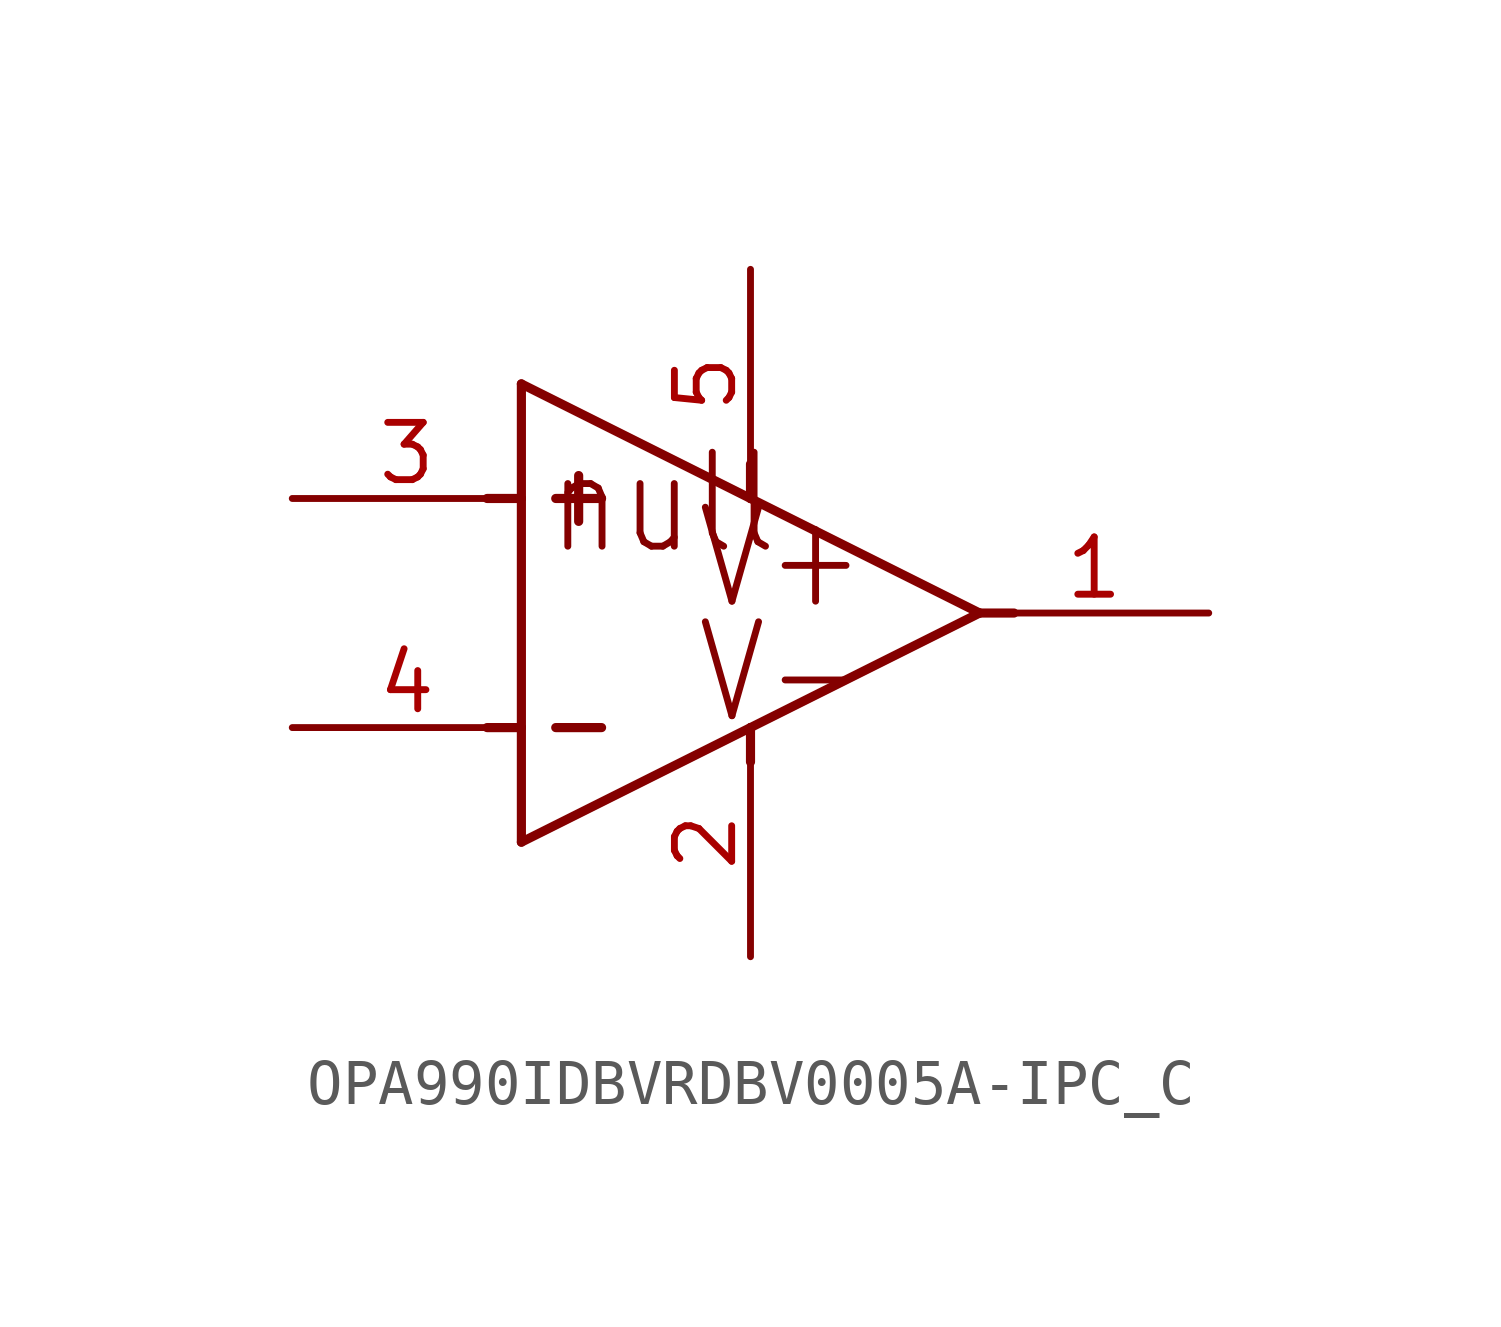
<source format=kicad_sym>
(kicad_symbol_lib
  (version 20231120)
  (generator "kicad_symbol_editor")
  (generator_version "8.0")
  (symbol "OPA990IDBVRDBV0005A-IPC_C"
    (property "Reference" "U"
      (at -4.724 1.499 0)
      (effects (font (size 2.083 1.77)) (justify left bottom) (hide yes)))
    (property "ki_locked" ""
      (at 0 0 0)
      (effects (font (size 1.27 1.27))))
    (symbol "OPA990IDBVRDBV0005A-IPC_C_1_0"
      (polyline (pts (xy 5.08 -7.62) (xy 5.08 -5.08)) (stroke (width 0.203) (type solid)) (fill (type none)))
      (polyline (pts (xy 5.08 -7.62) (xy 10.16 -5.08)) (stroke (width 0.203) (type solid)) (fill (type none)))
      (polyline (pts (xy 5.08 -5.08) (xy 4.318 -5.08)) (stroke (width 0.203) (type solid)) (fill (type none)))
      (polyline (pts (xy 5.08 -5.08) (xy 5.08 0)) (stroke (width 0.203) (type solid)) (fill (type none)))
      (polyline (pts (xy 5.08 0) (xy 4.318 0)) (stroke (width 0.203) (type solid)) (fill (type none)))
      (polyline (pts (xy 5.08 0) (xy 5.08 2.54)) (stroke (width 0.203) (type solid)) (fill (type none)))
      (polyline (pts (xy 5.08 2.54) (xy 10.16 0)) (stroke (width 0.203) (type solid)) (fill (type none)))
      (polyline (pts (xy 6.35 -0.508) (xy 6.35 0.508)) (stroke (width 0.203) (type solid)) (fill (type none)))
      (polyline (pts (xy 6.858 -5.08) (xy 5.842 -5.08)) (stroke (width 0.203) (type solid)) (fill (type none)))
      (polyline (pts (xy 6.858 0) (xy 5.842 0)) (stroke (width 0.203) (type solid)) (fill (type none)))
      (polyline (pts (xy 10.16 -5.08) (xy 10.16 -5.842)) (stroke (width 0.203) (type solid)) (fill (type none)))
      (polyline (pts (xy 10.16 -5.08) (xy 15.24 -2.54)) (stroke (width 0.203) (type solid)) (fill (type none)))
      (polyline (pts (xy 10.16 0) (xy 10.16 0.762)) (stroke (width 0.203) (type solid)) (fill (type none)))
      (polyline (pts (xy 10.16 0) (xy 15.24 -2.54)) (stroke (width 0.203) (type solid)) (fill (type none)))
      (polyline (pts (xy 15.24 -2.54) (xy 16.002 -2.54)) (stroke (width 0.203) (type solid)) (fill (type none)))
      (text "null" (at 5.588 -1.321 0) (effects (font (size 2.083 1.77)) (justify left bottom)))
      (text "V+" (at 8.89 -2.54 0) (effects (font (size 2.083 1.77)) (justify left bottom)))
      (text "V-" (at 8.89 -5.08 0) (effects (font (size 2.083 1.77)) (justify left bottom)))
      (pin passive line (at 20.32 -2.54 180) (length 5.08) (name "OUT" (effects (font (size 0 0)))) (number "1" (effects (font (size 1.27 1.27)))))
      (pin power_in line (at 10.16 -10.16 90) (length 5.08) (name "V-" (effects (font (size 0 0)))) (number "2" (effects (font (size 1.27 1.27)))))
      (pin tri_state line (at 0 0 0) (length 5.08) (name "IN+" (effects (font (size 0 0)))) (number "3" (effects (font (size 1.27 1.27)))))
      (pin tri_state line (at 0 -5.08 0) (length 5.08) (name "IN-" (effects (font (size 0 0)))) (number "4" (effects (font (size 1.27 1.27)))))
      (pin power_in line (at 10.16 5.08 270) (length 5.08) (name "V+" (effects (font (size 0 0)))) (number "5" (effects (font (size 1.27 1.27))))))))
</source>
